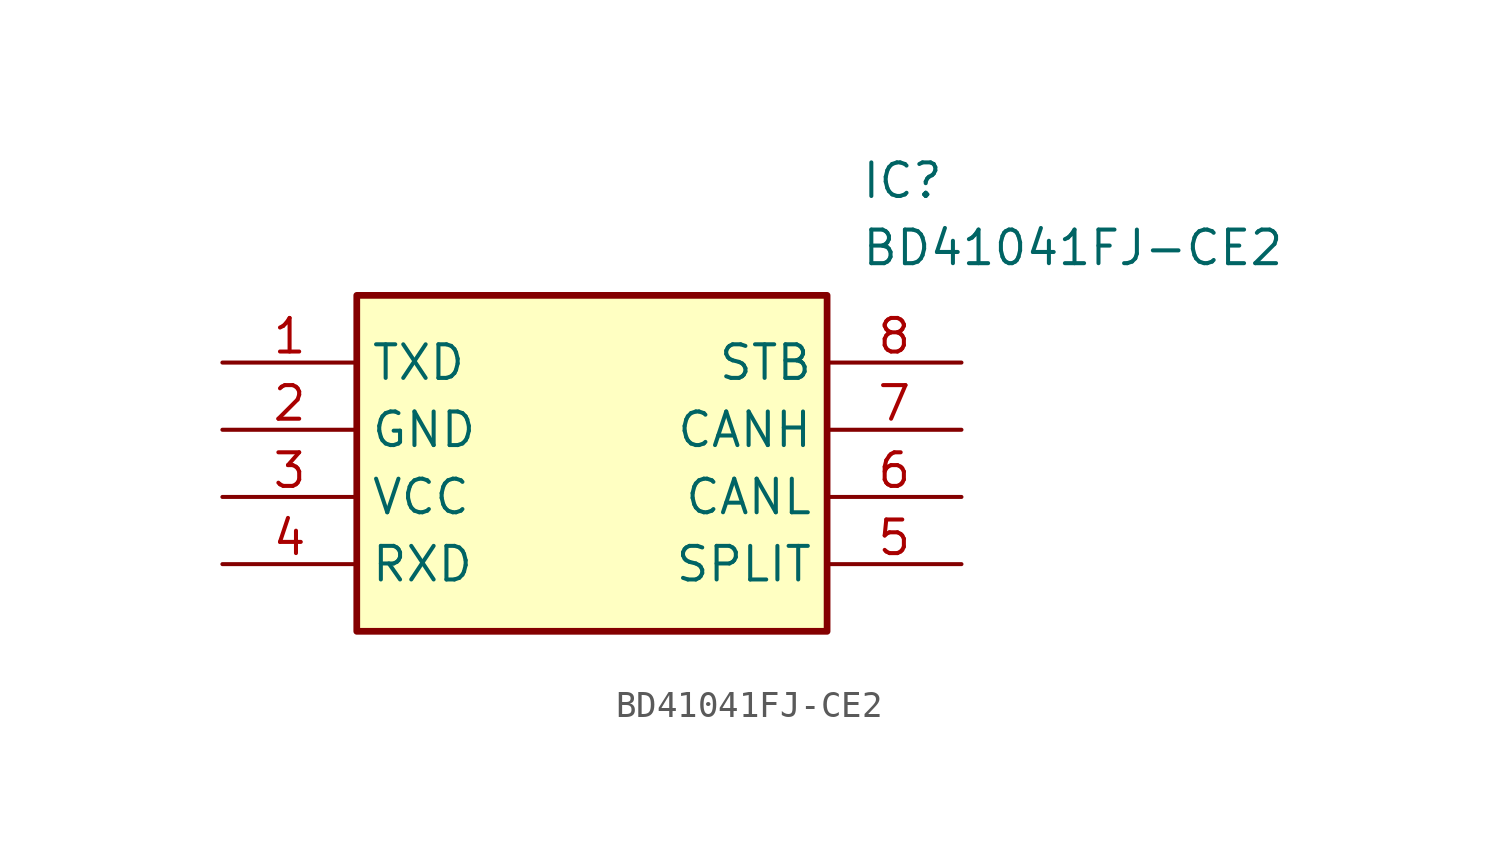
<source format=kicad_sym>
(kicad_symbol_lib
  (version 20220914)
  (generator kicad_symbol_editor)
  (symbol "BD41041FJ-CE2"
    (property "Reference" "IC"
      (at 24.13 7.62 0)
      (effects (font (size 1.27 1.27)) (justify left top)))
    (property "Value" "BD41041FJ-CE2"
      (at 24.13 5.08 0)
      (effects (font (size 1.27 1.27)) (justify left top)))
    (symbol "BD41041FJ-CE2_1_1"
      (rectangle (start 5.08 2.54) (end 22.86 -10.16) (stroke (width 0.254) (type default)) (fill (type background)))
      (pin passive line (at 0 0 0) (length 5.08) (name "TXD" (effects (font (size 1.27 1.27)))) (number "1" (effects (font (size 1.27 1.27)))))
      (pin passive line (at 0 -2.54 0) (length 5.08) (name "GND" (effects (font (size 1.27 1.27)))) (number "2" (effects (font (size 1.27 1.27)))))
      (pin passive line (at 0 -5.08 0) (length 5.08) (name "VCC" (effects (font (size 1.27 1.27)))) (number "3" (effects (font (size 1.27 1.27)))))
      (pin passive line (at 0 -7.62 0) (length 5.08) (name "RXD" (effects (font (size 1.27 1.27)))) (number "4" (effects (font (size 1.27 1.27)))))
      (pin passive line (at 27.94 -7.62 180) (length 5.08) (name "SPLIT" (effects (font (size 1.27 1.27)))) (number "5" (effects (font (size 1.27 1.27)))))
      (pin passive line (at 27.94 -5.08 180) (length 5.08) (name "CANL" (effects (font (size 1.27 1.27)))) (number "6" (effects (font (size 1.27 1.27)))))
      (pin passive line (at 27.94 -2.54 180) (length 5.08) (name "CANH" (effects (font (size 1.27 1.27)))) (number "7" (effects (font (size 1.27 1.27)))))
      (pin passive line (at 27.94 0 180) (length 5.08) (name "STB" (effects (font (size 1.27 1.27)))) (number "8" (effects (font (size 1.27 1.27))))))))
</source>
